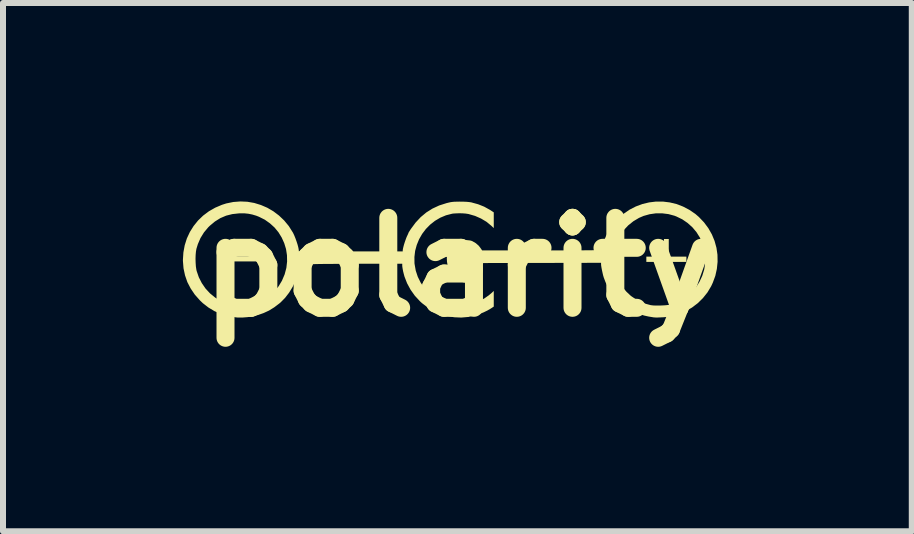
<source format=kicad_pcb>
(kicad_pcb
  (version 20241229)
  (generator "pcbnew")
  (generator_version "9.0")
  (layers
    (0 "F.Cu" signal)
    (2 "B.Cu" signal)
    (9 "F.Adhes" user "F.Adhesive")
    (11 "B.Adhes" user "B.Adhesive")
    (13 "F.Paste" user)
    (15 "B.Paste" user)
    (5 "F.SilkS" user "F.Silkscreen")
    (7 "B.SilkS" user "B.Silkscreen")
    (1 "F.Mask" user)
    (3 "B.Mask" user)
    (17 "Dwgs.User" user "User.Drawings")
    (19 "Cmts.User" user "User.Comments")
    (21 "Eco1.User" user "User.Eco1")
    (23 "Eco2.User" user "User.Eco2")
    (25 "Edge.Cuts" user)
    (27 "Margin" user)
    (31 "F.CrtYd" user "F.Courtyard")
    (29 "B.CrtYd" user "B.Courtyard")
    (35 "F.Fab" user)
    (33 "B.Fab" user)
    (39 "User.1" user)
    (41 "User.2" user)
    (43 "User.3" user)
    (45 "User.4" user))
  (footprint "polarity"
    (layer "F.Cu")
    (at 4.603 1.404)
    (property "Reference" "polarity" (at 0 0 0) (layer "F.SilkS") (effects (font (size 1.5 1.5) (thickness 0.3))))
    (attr board_only exclude_from_pos_files exclude_from_bom)
    (fp_poly (pts (xy -3.228 -0.135) (xy -3.228 -0.095) (xy -3.558 -0.095) (xy -3.888 -0.095) (xy -3.888 -0.135) (xy -3.888 -0.175) (xy -3.558 -0.175) (xy -3.228 -0.175)) (stroke (width 0) (type solid)) (fill yes) (layer "F.SilkS"))
    (fp_poly (pts (xy 3.498 -0.322) (xy 3.498 -0.175) (xy 3.645 -0.175) (xy 3.792 -0.175) (xy 3.792 -0.131) (xy 3.792 -0.087) (xy 3.645 -0.087) (xy 3.498 -0.087) (xy 3.498 0.056) (xy 3.498 0.199) (xy 3.458 0.199) (xy 3.418 0.199) (xy 3.418 0.056) (xy 3.418 -0.087) (xy 3.271 -0.087) (xy 3.124 -0.087) (xy 3.124 -0.131) (xy 3.124 -0.175) (xy 3.271 -0.175) (xy 3.418 -0.175) (xy 3.418 -0.322) (xy 3.418 -0.469) (xy 3.458 -0.469) (xy 3.498 -0.469)) (stroke (width 0) (type solid)) (fill yes) (layer "F.SilkS"))
    (fp_poly (pts (xy 3.4 -1.093) (xy 3.514 -1.079) (xy 3.627 -1.052) (xy 3.736 -1.01) (xy 3.841 -0.955) (xy 3.941 -0.887) (xy 4 -0.836) (xy 4.086 -0.746) (xy 4.158 -0.649) (xy 4.217 -0.545) (xy 4.262 -0.436) (xy 4.293 -0.323) (xy 4.31 -0.207) (xy 4.312 -0.089) (xy 4.3 0.029) (xy 4.274 0.146) (xy 4.232 0.26) (xy 4.205 0.318) (xy 4.143 0.422) (xy 4.068 0.516) (xy 3.983 0.6) (xy 3.887 0.673) (xy 3.783 0.734) (xy 3.671 0.783) (xy 3.552 0.818) (xy 3.526 0.823) (xy 3.496 0.828) (xy 3.455 0.832) (xy 3.409 0.836) (xy 3.362 0.838) (xy 3.317 0.84) (xy 3.278 0.84) (xy 3.251 0.838) (xy 3.248 0.838) (xy 3.163 0.824) (xy 3.09 0.808) (xy 3.024 0.788) (xy 2.961 0.764) (xy 2.914 0.743) (xy 2.814 0.687) (xy 2.72 0.618) (xy 2.635 0.538) (xy 2.559 0.449) (xy 2.494 0.353) (xy 2.443 0.25) (xy 2.414 0.173) (xy 2.403 0.136) (xy 2.393 0.092) (xy 2.383 0.046) (xy 2.375 0.003) (xy 2.37 -0.032) (xy 2.369 -0.053) (xy 2.369 -0.072) (xy 1.386 -0.07) (xy 0.404 -0.068) (xy 0.387 -0.024) (xy 0.365 0.019) (xy 0.331 0.061) (xy 0.289 0.099) (xy 0.244 0.13) (xy 0.215 0.144) (xy 0.156 0.159) (xy 0.094 0.163) (xy 0.033 0.157) (xy 0.002 0.148) (xy -0.051 0.123) (xy -0.1 0.086) (xy -0.143 0.04) (xy -0.176 -0.01) (xy -0.193 -0.05) (xy -0.2 -0.091) (xy -0.202 -0.133) (xy 2.577 -0.133) (xy 2.583 -0.03) (xy 2.601 0.07) (xy 2.631 0.164) (xy 2.635 0.173) (xy 2.676 0.256) (xy 2.73 0.336) (xy 2.792 0.41) (xy 2.86 0.474) (xy 2.878 0.488) (xy 2.951 0.537) (xy 3.032 0.579) (xy 3.116 0.612) (xy 3.197 0.634) (xy 3.205 0.635) (xy 3.239 0.639) (xy 3.284 0.641) (xy 3.336 0.641) (xy 3.39 0.639) (xy 3.442 0.636) (xy 3.488 0.631) (xy 3.524 0.625) (xy 3.53 0.624) (xy 3.604 0.599) (xy 3.681 0.563) (xy 3.757 0.518) (xy 3.826 0.468) (xy 3.886 0.415) (xy 3.887 0.414) (xy 3.954 0.333) (xy 4.011 0.243) (xy 4.056 0.146) (xy 4.087 0.046) (xy 4.091 0.029) (xy 4.099 -0.026) (xy 4.103 -0.09) (xy 4.103 -0.158) (xy 4.1 -0.223) (xy 4.092 -0.28) (xy 4.091 -0.288) (xy 4.061 -0.393) (xy 4.017 -0.492) (xy 3.96 -0.583) (xy 3.892 -0.664) (xy 3.812 -0.736) (xy 3.723 -0.797) (xy 3.626 -0.844) (xy 3.593 -0.857) (xy 3.493 -0.884) (xy 3.389 -0.897) (xy 3.283 -0.897) (xy 3.179 -0.882) (xy 3.079 -0.854) (xy 3.002 -0.821) (xy 2.908 -0.765) (xy 2.823 -0.697) (xy 2.748 -0.617) (xy 2.685 -0.527) (xy 2.634 -0.429) (xy 2.632 -0.425) (xy 2.602 -0.333) (xy 2.583 -0.235) (xy 2.577 -0.133) (xy -0.202 -0.133) (xy -0.203 -0.14) (xy -0.2 -0.191) (xy -0.192 -0.238) (xy -0.184 -0.263) (xy -0.157 -0.314) (xy -0.117 -0.362) (xy -0.069 -0.402) (xy -0.034 -0.423) (xy -0.008 -0.435) (xy 0.012 -0.442) (xy 0.033 -0.447) (xy 0.06 -0.449) (xy 0.097 -0.449) (xy 0.103 -0.449) (xy 0.144 -0.449) (xy 0.174 -0.446) (xy 0.197 -0.442) (xy 0.218 -0.435) (xy 0.226 -0.431) (xy 0.281 -0.399) (xy 0.33 -0.356) (xy 0.36 -0.317) (xy 0.386 -0.279) (xy 1.313 -0.278) (xy 1.434 -0.278) (xy 1.552 -0.279) (xy 1.666 -0.279) (xy 1.774 -0.279) (xy 1.875 -0.279) (xy 1.969 -0.28) (xy 2.053 -0.28) (xy 2.128 -0.281) (xy 2.192 -0.281) (xy 2.243 -0.282) (xy 2.281 -0.282) (xy 2.305 -0.283) (xy 2.311 -0.283) (xy 2.382 -0.288) (xy 2.392 -0.34) (xy 2.415 -0.43) (xy 2.453 -0.522) (xy 2.502 -0.614) (xy 2.561 -0.701) (xy 2.628 -0.782) (xy 2.652 -0.807) (xy 2.744 -0.889) (xy 2.843 -0.957) (xy 2.948 -1.011) (xy 3.057 -1.052) (xy 3.17 -1.079) (xy 3.284 -1.093)) (stroke (width 0) (type solid)) (fill yes) (layer "F.SilkS"))
    (fp_poly (pts (xy -3.529 -1.09) (xy -3.414 -1.07) (xy -3.303 -1.036) (xy -3.196 -0.99) (xy -3.095 -0.931) (xy -3.001 -0.86) (xy -2.915 -0.778) (xy -2.838 -0.685) (xy -2.773 -0.582) (xy -2.767 -0.572) (xy -2.748 -0.532) (xy -2.728 -0.483) (xy -2.709 -0.43) (xy -2.692 -0.378) (xy -2.68 -0.333) (xy -2.674 -0.303) (xy -2.669 -0.262) (xy -1.804 -0.262) (xy -0.938 -0.262) (xy -0.938 -0.281) (xy -0.935 -0.301) (xy -0.928 -0.333) (xy -0.918 -0.371) (xy -0.905 -0.413) (xy -0.891 -0.453) (xy -0.878 -0.489) (xy -0.867 -0.515) (xy -0.855 -0.54) (xy -0.846 -0.56) (xy -0.843 -0.569) (xy -0.843 -0.569) (xy -0.839 -0.578) (xy -0.828 -0.596) (xy -0.812 -0.621) (xy -0.8 -0.639) (xy -0.723 -0.743) (xy -0.638 -0.834) (xy -0.544 -0.912) (xy -0.442 -0.976) (xy -0.33 -1.028) (xy -0.208 -1.067) (xy -0.171 -1.076) (xy -0.14 -1.083) (xy -0.111 -1.087) (xy -0.08 -1.09) (xy -0.042 -1.091) (xy 0.007 -1.092) (xy 0.016 -1.092) (xy 0.078 -1.091) (xy 0.127 -1.089) (xy 0.168 -1.085) (xy 0.204 -1.08) (xy 0.211 -1.078) (xy 0.32 -1.048) (xy 0.42 -1.008) (xy 0.514 -0.956) (xy 0.527 -0.948) (xy 0.58 -0.913) (xy 0.58 -0.782) (xy 0.58 -0.651) (xy 0.54 -0.689) (xy 0.46 -0.755) (xy 0.368 -0.81) (xy 0.268 -0.854) (xy 0.161 -0.885) (xy 0.151 -0.887) (xy 0.11 -0.893) (xy 0.059 -0.897) (xy 0.004 -0.898) (xy -0.051 -0.896) (xy -0.098 -0.893) (xy -0.116 -0.89) (xy -0.217 -0.864) (xy -0.312 -0.824) (xy -0.4 -0.772) (xy -0.48 -0.709) (xy -0.552 -0.636) (xy -0.614 -0.554) (xy -0.665 -0.465) (xy -0.704 -0.37) (xy -0.731 -0.271) (xy -0.743 -0.169) (xy -0.742 -0.064) (xy -0.74 -0.05) (xy -0.721 0.058) (xy -0.687 0.161) (xy -0.639 0.258) (xy -0.579 0.347) (xy -0.508 0.427) (xy -0.427 0.497) (xy -0.336 0.555) (xy -0.237 0.601) (xy -0.209 0.611) (xy -0.121 0.634) (xy -0.025 0.644) (xy 0.072 0.642) (xy 0.169 0.628) (xy 0.261 0.602) (xy 0.268 0.599) (xy 0.346 0.565) (xy 0.424 0.521) (xy 0.496 0.471) (xy 0.544 0.431) (xy 0.58 0.397) (xy 0.58 0.527) (xy 0.58 0.658) (xy 0.53 0.691) (xy 0.475 0.723) (xy 0.411 0.754) (xy 0.342 0.782) (xy 0.273 0.805) (xy 0.269 0.806) (xy 0.155 0.831) (xy 0.038 0.841) (xy -0.079 0.836) (xy -0.194 0.816) (xy -0.307 0.783) (xy -0.416 0.735) (xy -0.52 0.674) (xy -0.616 0.601) (xy -0.651 0.569) (xy -0.736 0.477) (xy -0.807 0.377) (xy -0.865 0.27) (xy -0.909 0.157) (xy -0.922 0.108) (xy -0.932 0.068) (xy -0.939 0.03) (xy -0.944 -0.002) (xy -0.946 -0.021) (xy -0.946 -0.056) (xy -1.553 -0.056) (xy -1.658 -0.056) (xy -1.764 -0.055) (xy -1.869 -0.055) (xy -1.972 -0.055) (xy -2.071 -0.054) (xy -2.162 -0.053) (xy -2.245 -0.053) (xy -2.318 -0.052) (xy -2.378 -0.051) (xy -2.41 -0.05) (xy -2.66 -0.045) (xy -2.669 0.024) (xy -2.691 0.127) (xy -2.726 0.229) (xy -2.774 0.33) (xy -2.832 0.425) (xy -2.899 0.512) (xy -2.974 0.588) (xy -2.993 0.604) (xy -3.08 0.67) (xy -3.167 0.724) (xy -3.258 0.766) (xy -3.349 0.798) (xy -3.435 0.82) (xy -3.525 0.834) (xy -3.614 0.841) (xy -3.696 0.84) (xy -3.725 0.837) (xy -3.851 0.815) (xy -3.968 0.781) (xy -4.077 0.734) (xy -4.177 0.674) (xy -4.271 0.601) (xy -4.321 0.553) (xy -4.405 0.458) (xy -4.474 0.356) (xy -4.529 0.25) (xy -4.568 0.137) (xy -4.593 0.02) (xy -4.603 -0.104) (xy -4.603 -0.123) (xy -4.602 -0.138) (xy -4.393 -0.138) (xy -4.391 -0.073) (xy -4.387 -0.012) (xy -4.379 0.042) (xy -4.374 0.064) (xy -4.338 0.169) (xy -4.288 0.267) (xy -4.226 0.357) (xy -4.151 0.438) (xy -4.065 0.508) (xy -3.983 0.559) (xy -3.931 0.583) (xy -3.873 0.606) (xy -3.814 0.625) (xy -3.767 0.635) (xy -3.734 0.639) (xy -3.691 0.641) (xy -3.64 0.641) (xy -3.587 0.64) (xy -3.536 0.637) (xy -3.491 0.632) (xy -3.456 0.627) (xy -3.446 0.625) (xy -3.341 0.589) (xy -3.244 0.539) (xy -3.155 0.477) (xy -3.076 0.404) (xy -3.008 0.32) (xy -2.952 0.227) (xy -2.909 0.126) (xy -2.906 0.118) (xy -2.878 0.012) (xy -2.866 -0.094) (xy -2.868 -0.199) (xy -2.884 -0.302) (xy -2.914 -0.4) (xy -2.956 -0.493) (xy -3.01 -0.581) (xy -3.075 -0.66) (xy -3.152 -0.73) (xy -3.238 -0.791) (xy -3.334 -0.839) (xy -3.379 -0.857) (xy -3.446 -0.877) (xy -3.51 -0.89) (xy -3.578 -0.897) (xy -3.654 -0.897) (xy -3.671 -0.896) (xy -3.78 -0.884) (xy -3.883 -0.858) (xy -3.979 -0.817) (xy -4.069 -0.761) (xy -4.153 -0.691) (xy -4.18 -0.665) (xy -4.252 -0.579) (xy -4.31 -0.485) (xy -4.354 -0.383) (xy -4.378 -0.305) (xy -4.386 -0.259) (xy -4.391 -0.201) (xy -4.393 -0.138) (xy -4.602 -0.138) (xy -4.595 -0.246) (xy -4.573 -0.365) (xy -4.537 -0.479) (xy -4.487 -0.586) (xy -4.425 -0.685) (xy -4.351 -0.777) (xy -4.266 -0.859) (xy -4.17 -0.931) (xy -4.065 -0.991) (xy -3.952 -1.039) (xy -3.88 -1.062) (xy -3.763 -1.086) (xy -3.645 -1.095)) (stroke (width 0) (type solid)) (fill yes) (layer "F.SilkS")))
  (gr_rect
    (start -3 -3)
    (end 12.153 5.808)
    (stroke (width 0.1) (type default))
    (fill no)
    (layer "Edge.Cuts")))
</source>
